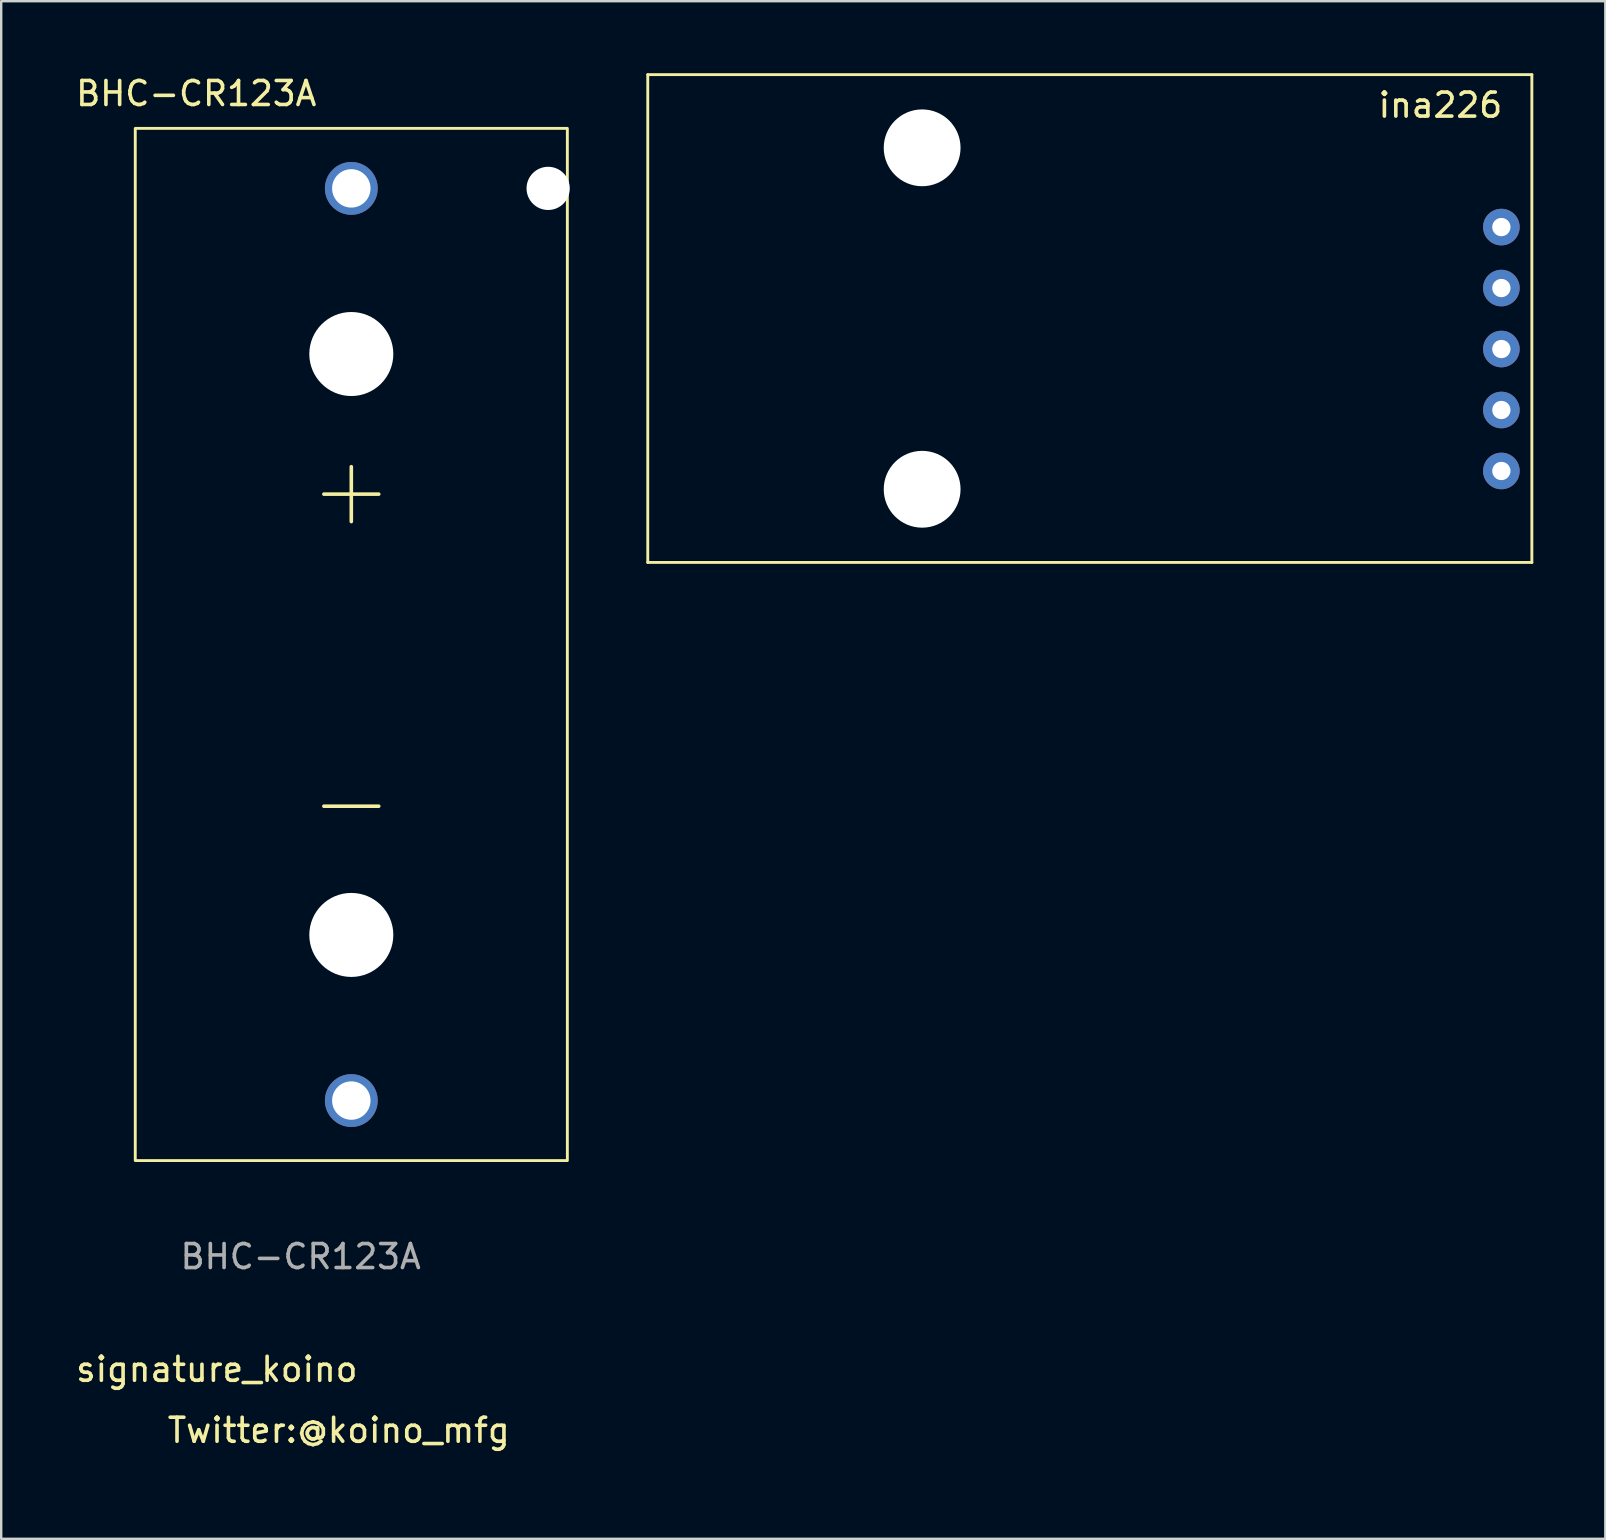
<source format=kicad_pcb>
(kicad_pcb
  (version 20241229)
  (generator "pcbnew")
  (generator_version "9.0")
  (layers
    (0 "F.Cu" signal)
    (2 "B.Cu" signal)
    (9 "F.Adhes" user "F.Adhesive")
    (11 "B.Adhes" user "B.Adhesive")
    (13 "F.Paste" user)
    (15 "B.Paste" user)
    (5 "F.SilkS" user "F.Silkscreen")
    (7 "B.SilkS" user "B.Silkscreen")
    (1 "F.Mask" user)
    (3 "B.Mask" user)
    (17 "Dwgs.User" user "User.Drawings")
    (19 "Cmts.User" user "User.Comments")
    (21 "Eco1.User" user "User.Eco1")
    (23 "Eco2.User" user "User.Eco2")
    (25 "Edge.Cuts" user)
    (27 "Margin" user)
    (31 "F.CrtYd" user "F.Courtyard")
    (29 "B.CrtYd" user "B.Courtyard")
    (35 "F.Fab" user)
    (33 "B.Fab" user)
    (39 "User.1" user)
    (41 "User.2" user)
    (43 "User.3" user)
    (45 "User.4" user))
  (footprint "ina226"
    (layer "F.Cu")
    (at 23.935 20.38)
    (property "Reference" "ina226" (at 33.02 -19.05 0) (layer "F.SilkS") (effects (font (size 1 1) (thickness 0.15))))
    (attr through_hole)
    (fp_line (start 0 -20.32) (end 0 0) (stroke (width 0.12) (type solid)) (layer "F.SilkS"))
    (fp_line (start 0 0) (end 36.83 0) (stroke (width 0.12) (type solid)) (layer "F.SilkS"))
    (fp_line (start 36.83 -20.32) (end 0 -20.32) (stroke (width 0.12) (type solid)) (layer "F.SilkS"))
    (fp_line (start 36.83 0) (end 36.83 -20.32) (stroke (width 0.12) (type solid)) (layer "F.SilkS"))
    (pad "" np_thru_hole circle (at 11.43 -17.272) (size 3.2 3.2) (drill 3.2) (layers "*.Cu" "*.Mask"))
    (pad "" np_thru_hole circle (at 11.43 -3.048) (size 3.2 3.2) (drill 3.2) (layers "*.Cu" "*.Mask"))
    (pad "1" thru_hole circle (at 35.56 -13.97) (size 1.524 1.524) (drill 0.762) (layers "*.Cu" "*.Mask"))
    (pad "2" thru_hole circle (at 35.56 -11.43) (size 1.524 1.524) (drill 0.762) (layers "*.Cu" "*.Mask"))
    (pad "3" thru_hole circle (at 35.56 -8.89) (size 1.524 1.524) (drill 0.762) (layers "*.Cu" "*.Mask"))
    (pad "4" thru_hole circle (at 35.56 -6.35) (size 1.524 1.524) (drill 0.762) (layers "*.Cu" "*.Mask"))
    (pad "5" thru_hole circle (at 35.56 -3.81) (size 1.524 1.524) (drill 0.762) (layers "*.Cu" "*.Mask")))
  (footprint "signature_koino"
    (layer "F.Cu")
    (at 3.442 57.805)
    (property "Reference" "signature_koino" (at 2.54 -3.81 0) (layer "F.SilkS") (effects (font (size 1 1) (thickness 0.15))))
    (attr through_hole)
    (fp_text user "Twitter:@koino_mfg" (at 7.62 -1.27 0) (layer "F.SilkS") (effects (font (size 1 1) (thickness 0.15)))))
  (footprint "BHC-CR123A"
    (layer "F.Cu")
    (at 2.585 45.298)
    (property "Reference" "BHC-CR123A" (at 2.54 -44.45 0) (unlocked yes) (layer "F.SilkS") (effects (font (size 1 1) (thickness 0.15))))
    (attr through_hole)
    (fp_rect (start 0 -43) (end 18 0) (stroke (width 0.12) (type solid)) (fill no) (layer "F.SilkS"))
    (fp_text user "+" (at 9 -28 0) (unlocked yes) (layer "F.SilkS") (effects (font (size 3 3) (thickness 0.15))))
    (fp_text user "-" (at 9 -15 0) (unlocked yes) (layer "F.SilkS") (effects (font (size 3 3) (thickness 0.15))))
    (fp_text user "${REFERENCE}" (at 6.89 4 0) (unlocked yes) (layer "F.Fab") (effects (font (size 1 1) (thickness 0.15))))
    (pad "" np_thru_hole circle (at 9 -33.6) (size 3.5 3.5) (drill 3.5) (layers "*.Cu" "*.Mask"))
    (pad "" np_thru_hole circle (at 9 -9.4) (size 3.5 3.5) (drill 3.5) (layers "*.Cu" "*.Mask"))
    (pad "" np_thru_hole circle (at 17.2 -40.5) (size 1.8 1.8) (drill 1.8) (layers "*.Cu" "*.Mask"))
    (pad "1" thru_hole circle (at 9 -40.5) (size 2.2 2.2) (drill 1.6) (layers "*.Cu" "*.Mask"))
    (pad "2" thru_hole circle (at 9 -2.5) (size 2.2 2.2) (drill 1.6) (layers "*.Cu" "*.Mask")))
  (gr_rect
    (start -3 -3)
    (end 63.825 61.055)
    (stroke (width 0.1) (type default))
    (fill no)
    (layer "Edge.Cuts")))
</source>
